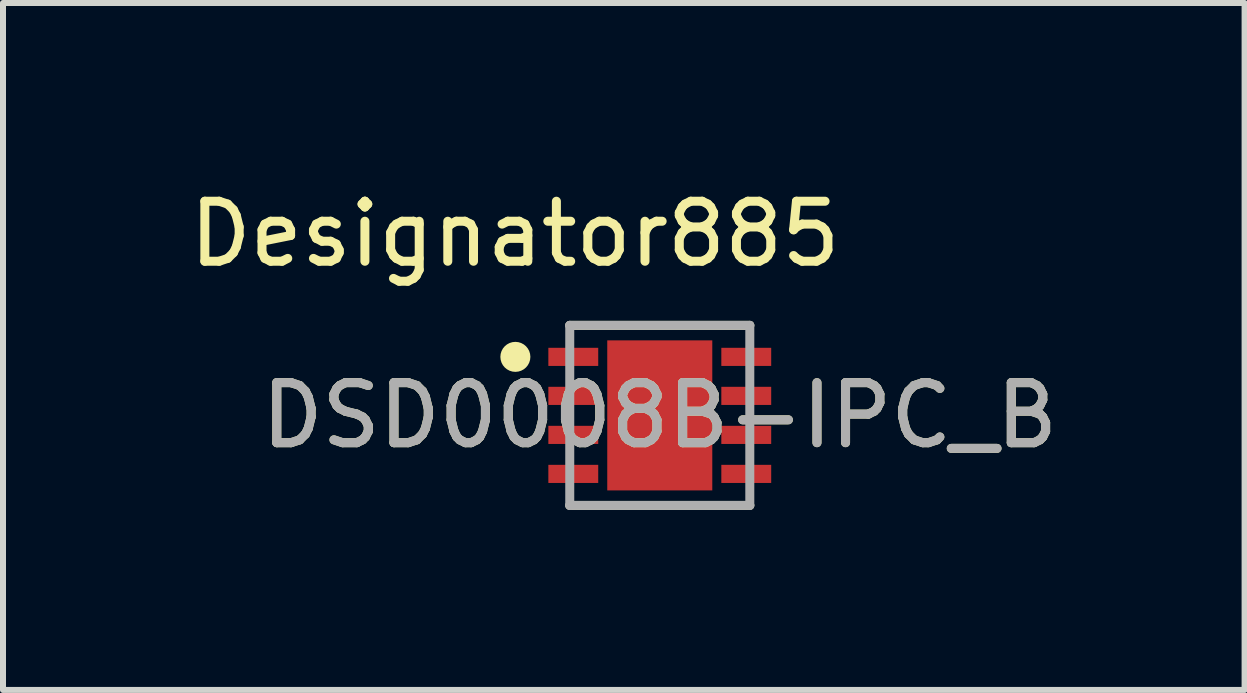
<source format=kicad_pcb>
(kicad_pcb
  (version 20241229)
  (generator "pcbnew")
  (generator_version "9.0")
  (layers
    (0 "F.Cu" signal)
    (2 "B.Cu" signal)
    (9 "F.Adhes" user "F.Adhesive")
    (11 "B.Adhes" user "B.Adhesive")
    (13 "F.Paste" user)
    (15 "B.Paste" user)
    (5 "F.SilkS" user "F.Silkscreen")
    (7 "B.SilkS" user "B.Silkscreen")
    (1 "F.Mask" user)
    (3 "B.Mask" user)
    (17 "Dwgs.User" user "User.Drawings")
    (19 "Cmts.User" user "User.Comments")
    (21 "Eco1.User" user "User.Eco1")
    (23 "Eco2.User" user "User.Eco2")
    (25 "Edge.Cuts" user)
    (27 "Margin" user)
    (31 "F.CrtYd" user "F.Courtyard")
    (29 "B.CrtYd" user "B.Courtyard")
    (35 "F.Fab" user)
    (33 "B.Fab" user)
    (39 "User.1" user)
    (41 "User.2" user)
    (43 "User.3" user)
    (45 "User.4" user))
  (footprint "DSD0008B-IPC_B"
    (layer "F.Cu")
    (at 7.943 3.871)
    (property "Reference" "DSD0008B-IPC_B" (at 0 0 0) (unlocked yes) (layer "F.SilkS") (effects (font (size 1 1) (thickness 0.15))))
    (attr smd)
    (fp_line (start -1.5 -1.5) (end 1.5 -1.5) (stroke (width 0.15) (type solid)) (layer "F.SilkS"))
    (fp_line (start -1.5 1.5) (end 1.5 1.5) (stroke (width 0.15) (type solid)) (layer "F.SilkS"))
    (fp_circle (center -2.406 -0.975) (end -2.281 -0.975) (stroke (width 0.25) (type solid)) (fill no) (layer "F.SilkS"))
    (fp_poly (pts (xy -0.5 0.875) (xy 0.5 0.875) (xy 0.5 -0.875) (xy -0.5 -0.875)) (stroke (width 0) (type solid)) (fill yes) (layer "F.Paste"))
    (fp_line (start -1.5 -1.5) (end 1.5 -1.5) (stroke (width 0.15) (type solid)) (layer "F.Fab"))
    (fp_line (start -1.5 1.5) (end -1.5 -1.5) (stroke (width 0.15) (type solid)) (layer "F.Fab"))
    (fp_line (start -1.5 1.5) (end 1.5 1.5) (stroke (width 0.15) (type solid)) (layer "F.Fab"))
    (fp_line (start 1.5 1.5) (end 1.5 -1.5) (stroke (width 0.15) (type solid)) (layer "F.Fab"))
    (fp_text user "Designator885" (at -2.413 -3.023 0) (unlocked yes) (layer "F.SilkS") (effects (font (size 1 1) (thickness 0.15))))
    (fp_text user "${REFERENCE}" (at 0 0 0) (unlocked yes) (layer "F.Fab") (effects (font (size 1 1) (thickness 0.15))))
    (pad "1" smd rect (at -1.441 -0.975) (size 0.831 0.302) (layers "F.Cu" "F.Mask" "F.Paste"))
    (pad "2" smd rect (at -1.441 -0.325) (size 0.831 0.302) (layers "F.Cu" "F.Mask" "F.Paste"))
    (pad "3" smd rect (at -1.441 0.325) (size 0.831 0.302) (layers "F.Cu" "F.Mask" "F.Paste"))
    (pad "4" smd rect (at -1.441 0.975) (size 0.831 0.302) (layers "F.Cu" "F.Mask" "F.Paste"))
    (pad "5" smd rect (at 1.441 0.975) (size 0.831 0.302) (layers "F.Cu" "F.Mask" "F.Paste"))
    (pad "6" smd rect (at 1.441 0.325) (size 0.831 0.302) (layers "F.Cu" "F.Mask" "F.Paste"))
    (pad "7" smd rect (at 1.441 -0.325) (size 0.831 0.302) (layers "F.Cu" "F.Mask" "F.Paste"))
    (pad "8" smd rect (at 1.441 -0.975) (size 0.831 0.302) (layers "F.Cu" "F.Mask" "F.Paste"))
    (pad "9" smd rect (at 0 0) (size 1.75 2.5) (layers "F.Cu" "F.Mask")))
  (gr_rect
    (start -3 -3)
    (end 17.687 8.446)
    (stroke (width 0.1) (type default))
    (fill no)
    (layer "Edge.Cuts")))
</source>
